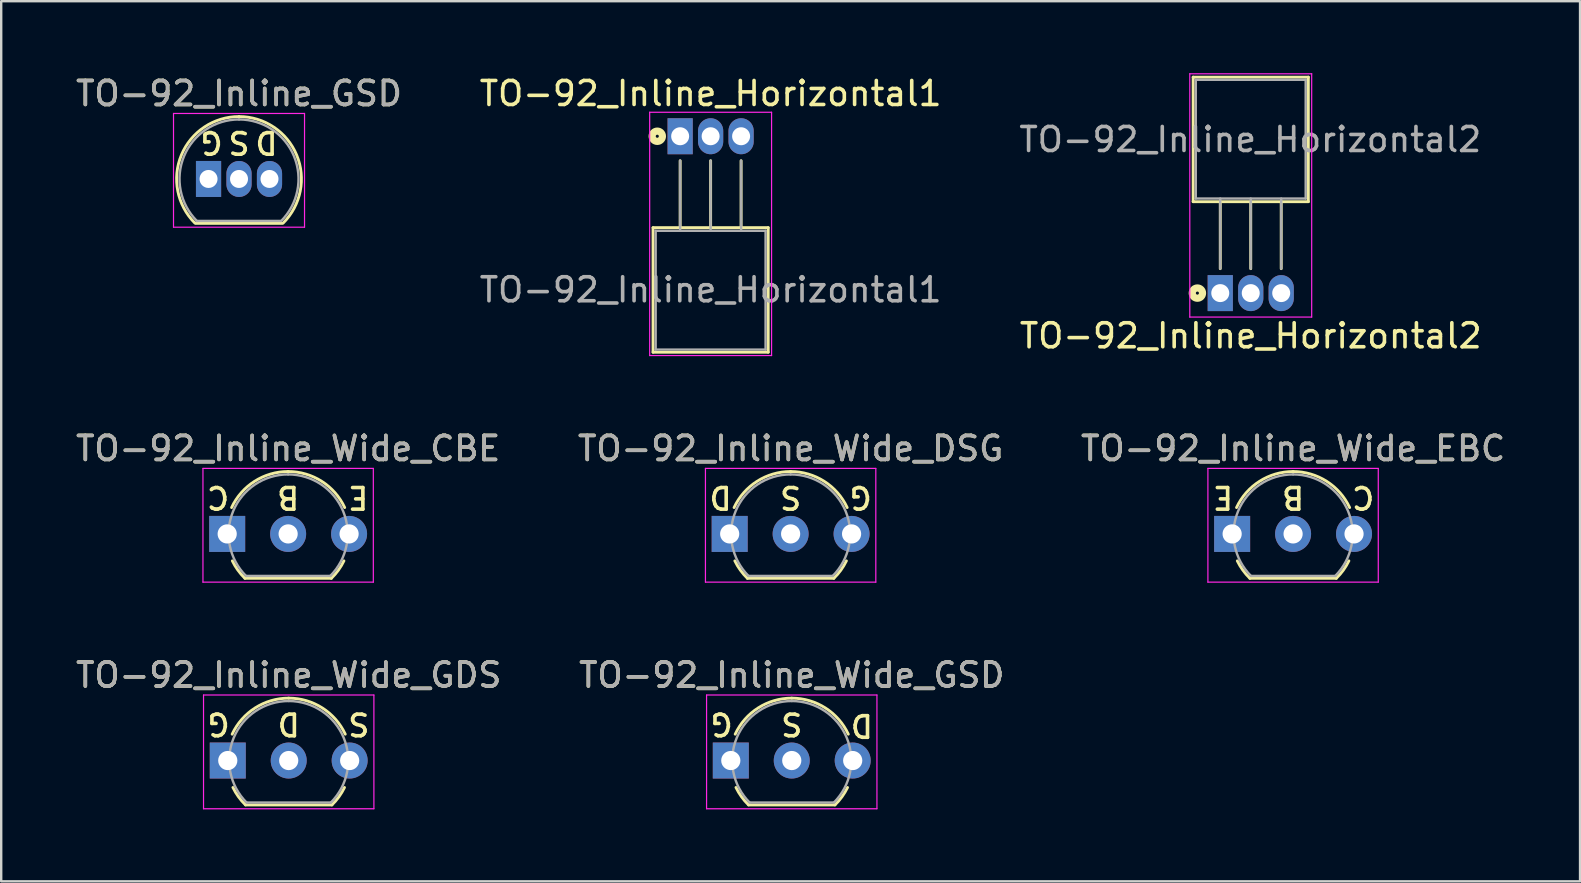
<source format=kicad_pcb>
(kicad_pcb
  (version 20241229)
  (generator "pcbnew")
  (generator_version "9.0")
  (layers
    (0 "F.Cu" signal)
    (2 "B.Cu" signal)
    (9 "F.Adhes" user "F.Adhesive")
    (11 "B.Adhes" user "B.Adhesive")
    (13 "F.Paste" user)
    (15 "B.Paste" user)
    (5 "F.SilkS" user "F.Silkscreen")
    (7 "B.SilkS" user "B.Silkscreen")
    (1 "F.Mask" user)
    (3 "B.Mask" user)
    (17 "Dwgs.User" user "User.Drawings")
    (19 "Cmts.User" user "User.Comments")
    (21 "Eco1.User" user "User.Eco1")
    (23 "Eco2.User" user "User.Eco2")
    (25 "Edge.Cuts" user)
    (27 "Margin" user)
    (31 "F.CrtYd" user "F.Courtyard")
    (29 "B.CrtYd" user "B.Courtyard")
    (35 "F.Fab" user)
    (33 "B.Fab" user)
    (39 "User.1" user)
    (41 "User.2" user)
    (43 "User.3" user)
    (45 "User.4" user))
  (footprint "TO-92_Inline_Wide_EBC"
    (layer "F.Cu")
    (at 48.299 19.201)
    (property "Reference" "TO-92_Inline_Wide_EBC" (at 2.54 -3.56 0) (layer "F.SilkS") (effects (font (size 1 1) (thickness 0.15))))
    (fp_line (start 0.74 1.85) (end 4.34 1.85) (stroke (width 0.12) (type solid)) (layer "F.SilkS"))
    (fp_arc (start 0.1836 -1.098807) (mid 1.143021 -2.192817) (end 2.54 -2.6) (stroke (width 0.12) (type solid)) (layer "F.SilkS"))
    (fp_arc (start 0.74 1.85) (mid 0.446097 1.509328) (end 0.215816 1.122795) (stroke (width 0.12) (type solid)) (layer "F.SilkS"))
    (fp_arc (start 2.54 -2.6) (mid 3.936979 -2.192818) (end 4.8964 -1.098807) (stroke (width 0.12) (type solid)) (layer "F.SilkS"))
    (fp_arc (start 4.864184 1.122795) (mid 4.633903 1.509328) (end 4.34 1.85) (stroke (width 0.12) (type solid)) (layer "F.SilkS"))
    (fp_line (start -1.01 -2.73) (end -1.01 2.01) (stroke (width 0.05) (type solid)) (layer "F.CrtYd"))
    (fp_line (start -1.01 -2.73) (end 6.09 -2.73) (stroke (width 0.05) (type solid)) (layer "F.CrtYd"))
    (fp_line (start 6.09 2.01) (end -1.01 2.01) (stroke (width 0.05) (type solid)) (layer "F.CrtYd"))
    (fp_line (start 6.09 2.01) (end 6.09 -2.73) (stroke (width 0.05) (type solid)) (layer "F.CrtYd"))
    (fp_line (start 0.8 1.75) (end 4.3 1.75) (stroke (width 0.1) (type solid)) (layer "F.Fab"))
    (fp_arc (start 0.786375 1.753625) (mid 0.248779 -0.949055) (end 2.54 -2.48) (stroke (width 0.1) (type solid)) (layer "F.Fab"))
    (fp_arc (start 2.54 -2.48) (mid 4.831221 -0.949055) (end 4.293625 1.753625) (stroke (width 0.1) (type solid)) (layer "F.Fab"))
    (fp_text user "E" (at -0.381 -1.524 180) (unlocked yes) (layer "F.SilkS") (effects (font (size 0.9 0.9) (thickness 0.15))))
    (fp_text user "B" (at 2.54 -1.524 180) (unlocked yes) (layer "F.SilkS") (effects (font (size 0.9 0.9) (thickness 0.15))))
    (fp_text user "C" (at 5.461 -1.524 180) (unlocked yes) (layer "F.SilkS") (effects (font (size 0.9 0.9) (thickness 0.15))))
    (fp_text user "${REFERENCE}" (at 2.54 -3.56 0) (layer "F.Fab") (effects (font (size 1 1) (thickness 0.15))))
    (pad "1" thru_hole rect (at 0 0 90) (size 1.5 1.5) (drill 0.8) (layers "*.Cu" "*.Mask"))
    (pad "2" thru_hole circle (at 2.54 0 90) (size 1.5 1.5) (drill 0.8) (layers "*.Cu" "*.Mask"))
    (pad "3" thru_hole circle (at 5.08 0 90) (size 1.5 1.5) (drill 0.8) (layers "*.Cu" "*.Mask")))
  (footprint "TO-92_Inline_Wide_DSG"
    (layer "F.Cu")
    (at 27.359 19.201)
    (property "Reference" "TO-92_Inline_Wide_DSG" (at 2.54 -3.56 0) (layer "F.SilkS") (effects (font (size 1 1) (thickness 0.15))))
    (fp_line (start 0.74 1.85) (end 4.34 1.85) (stroke (width 0.12) (type solid)) (layer "F.SilkS"))
    (fp_arc (start 0.1836 -1.098807) (mid 1.143021 -2.192817) (end 2.54 -2.6) (stroke (width 0.12) (type solid)) (layer "F.SilkS"))
    (fp_arc (start 0.74 1.85) (mid 0.446097 1.509328) (end 0.215816 1.122795) (stroke (width 0.12) (type solid)) (layer "F.SilkS"))
    (fp_arc (start 2.54 -2.6) (mid 3.936979 -2.192818) (end 4.8964 -1.098807) (stroke (width 0.12) (type solid)) (layer "F.SilkS"))
    (fp_arc (start 4.864184 1.122795) (mid 4.633903 1.509328) (end 4.34 1.85) (stroke (width 0.12) (type solid)) (layer "F.SilkS"))
    (fp_line (start -1.01 -2.73) (end -1.01 2.01) (stroke (width 0.05) (type solid)) (layer "F.CrtYd"))
    (fp_line (start -1.01 -2.73) (end 6.09 -2.73) (stroke (width 0.05) (type solid)) (layer "F.CrtYd"))
    (fp_line (start 6.09 2.01) (end -1.01 2.01) (stroke (width 0.05) (type solid)) (layer "F.CrtYd"))
    (fp_line (start 6.09 2.01) (end 6.09 -2.73) (stroke (width 0.05) (type solid)) (layer "F.CrtYd"))
    (fp_line (start 0.8 1.75) (end 4.3 1.75) (stroke (width 0.1) (type solid)) (layer "F.Fab"))
    (fp_arc (start 0.786375 1.753625) (mid 0.248779 -0.949055) (end 2.54 -2.48) (stroke (width 0.1) (type solid)) (layer "F.Fab"))
    (fp_arc (start 2.54 -2.48) (mid 4.831221 -0.949055) (end 4.293625 1.753625) (stroke (width 0.1) (type solid)) (layer "F.Fab"))
    (fp_text user "S" (at 2.54 -1.524 180) (unlocked yes) (layer "F.SilkS") (effects (font (size 0.9 0.9) (thickness 0.15))))
    (fp_text user "D" (at -0.381 -1.524 180) (unlocked yes) (layer "F.SilkS") (effects (font (size 0.9 0.9) (thickness 0.15))))
    (fp_text user "G" (at 5.461 -1.524 180) (unlocked yes) (layer "F.SilkS") (effects (font (size 0.9 0.9) (thickness 0.15))))
    (fp_text user "${REFERENCE}" (at 2.54 -3.56 0) (layer "F.Fab") (effects (font (size 1 1) (thickness 0.15))))
    (pad "1" thru_hole rect (at 0 0 90) (size 1.5 1.5) (drill 0.8) (layers "*.Cu" "*.Mask"))
    (pad "2" thru_hole circle (at 2.54 0 90) (size 1.5 1.5) (drill 0.8) (layers "*.Cu" "*.Mask"))
    (pad "3" thru_hole circle (at 5.08 0 90) (size 1.5 1.5) (drill 0.8) (layers "*.Cu" "*.Mask")))
  (footprint "TO-92_Inline_GSD"
    (layer "F.Cu")
    (at 5.641 4.408)
    (property "Reference" "TO-92_Inline_GSD" (at 1.27 -3.56 0) (layer "F.SilkS") (effects (font (size 1 1) (thickness 0.15))))
    (fp_line (start -0.53 1.85) (end 3.07 1.85) (stroke (width 0.12) (type solid)) (layer "F.SilkS"))
    (fp_arc (start -0.568478 1.838478) (mid -1.132087 -0.994977) (end 1.27 -2.6) (stroke (width 0.12) (type solid)) (layer "F.SilkS"))
    (fp_arc (start 1.27 -2.6) (mid 3.672087 -0.994977) (end 3.108478 1.838478) (stroke (width 0.12) (type solid)) (layer "F.SilkS"))
    (fp_line (start -1.46 -2.73) (end -1.46 2.01) (stroke (width 0.05) (type solid)) (layer "F.CrtYd"))
    (fp_line (start -1.46 -2.73) (end 4 -2.73) (stroke (width 0.05) (type solid)) (layer "F.CrtYd"))
    (fp_line (start 4 2.01) (end -1.46 2.01) (stroke (width 0.05) (type solid)) (layer "F.CrtYd"))
    (fp_line (start 4 2.01) (end 4 -2.73) (stroke (width 0.05) (type solid)) (layer "F.CrtYd"))
    (fp_line (start -0.5 1.75) (end 3 1.75) (stroke (width 0.1) (type solid)) (layer "F.Fab"))
    (fp_arc (start -0.483625 1.753625) (mid -1.021221 -0.949055) (end 1.27 -2.48) (stroke (width 0.1) (type solid)) (layer "F.Fab"))
    (fp_arc (start 1.27 -2.48) (mid 3.561221 -0.949055) (end 3.023625 1.753625) (stroke (width 0.1) (type solid)) (layer "F.Fab"))
    (fp_text user "S" (at 1.27 -1.524 180) (unlocked yes) (layer "F.SilkS") (effects (font (size 0.9 0.9) (thickness 0.15))))
    (fp_text user "D" (at 2.413 -1.524 180) (unlocked yes) (layer "F.SilkS") (effects (font (size 0.9 0.9) (thickness 0.15))))
    (fp_text user "G" (at 0.127 -1.524 180) (unlocked yes) (layer "F.SilkS") (effects (font (size 0.9 0.9) (thickness 0.15))))
    (fp_text user "${REFERENCE}" (at 1.27 -3.56 0) (layer "F.Fab") (effects (font (size 1 1) (thickness 0.15))))
    (pad "1" thru_hole rect (at 0 0) (size 1.05 1.5) (drill 0.75) (layers "*.Cu" "*.Mask"))
    (pad "2" thru_hole oval (at 1.27 0) (size 1.05 1.5) (drill 0.75) (layers "*.Cu" "*.Mask"))
    (pad "3" thru_hole oval (at 2.54 0) (size 1.05 1.5) (drill 0.75) (layers "*.Cu" "*.Mask")))
  (footprint "TO-92_Inline_Wide_CBE"
    (layer "F.Cu")
    (at 6.418 19.201)
    (property "Reference" "TO-92_Inline_Wide_CBE" (at 2.54 -3.56 0) (layer "F.SilkS") (effects (font (size 1 1) (thickness 0.15))))
    (fp_line (start 0.74 1.85) (end 4.34 1.85) (stroke (width 0.12) (type solid)) (layer "F.SilkS"))
    (fp_arc (start 0.1836 -1.098807) (mid 1.143021 -2.192817) (end 2.54 -2.6) (stroke (width 0.12) (type solid)) (layer "F.SilkS"))
    (fp_arc (start 0.74 1.85) (mid 0.446097 1.509328) (end 0.215816 1.122795) (stroke (width 0.12) (type solid)) (layer "F.SilkS"))
    (fp_arc (start 2.54 -2.6) (mid 3.936979 -2.192818) (end 4.8964 -1.098807) (stroke (width 0.12) (type solid)) (layer "F.SilkS"))
    (fp_arc (start 4.864184 1.122795) (mid 4.633903 1.509328) (end 4.34 1.85) (stroke (width 0.12) (type solid)) (layer "F.SilkS"))
    (fp_line (start -1.01 -2.73) (end -1.01 2.01) (stroke (width 0.05) (type solid)) (layer "F.CrtYd"))
    (fp_line (start -1.01 -2.73) (end 6.09 -2.73) (stroke (width 0.05) (type solid)) (layer "F.CrtYd"))
    (fp_line (start 6.09 2.01) (end -1.01 2.01) (stroke (width 0.05) (type solid)) (layer "F.CrtYd"))
    (fp_line (start 6.09 2.01) (end 6.09 -2.73) (stroke (width 0.05) (type solid)) (layer "F.CrtYd"))
    (fp_line (start 0.8 1.75) (end 4.3 1.75) (stroke (width 0.1) (type solid)) (layer "F.Fab"))
    (fp_arc (start 0.786375 1.753625) (mid 0.248779 -0.949055) (end 2.54 -2.48) (stroke (width 0.1) (type solid)) (layer "F.Fab"))
    (fp_arc (start 2.54 -2.48) (mid 4.831221 -0.949055) (end 4.293625 1.753625) (stroke (width 0.1) (type solid)) (layer "F.Fab"))
    (fp_text user "B" (at 2.54 -1.524 180) (unlocked yes) (layer "F.SilkS") (effects (font (size 0.9 0.9) (thickness 0.15))))
    (fp_text user "C" (at -0.381 -1.524 180) (unlocked yes) (layer "F.SilkS") (effects (font (size 0.9 0.9) (thickness 0.15))))
    (fp_text user "E" (at 5.461 -1.524 180) (unlocked yes) (layer "F.SilkS") (effects (font (size 0.9 0.9) (thickness 0.15))))
    (fp_text user "${REFERENCE}" (at 2.54 -3.56 0) (layer "F.Fab") (effects (font (size 1 1) (thickness 0.15))))
    (pad "1" thru_hole rect (at 0 0 90) (size 1.5 1.5) (drill 0.8) (layers "*.Cu" "*.Mask"))
    (pad "2" thru_hole circle (at 2.54 0 90) (size 1.5 1.5) (drill 0.8) (layers "*.Cu" "*.Mask"))
    (pad "3" thru_hole circle (at 5.08 0 90) (size 1.5 1.5) (drill 0.8) (layers "*.Cu" "*.Mask")))
  (footprint "TO-92_Inline_Horizontal2"
    (layer "F.Cu")
    (at 47.804 9.165)
    (property "Reference" "TO-92_Inline_Horizontal2" (at 1.27 1.78 0) (layer "F.SilkS") (effects (font (size 1 1) (thickness 0.15))))
    (attr through_hole)
    (fp_line (start -1.13 -9) (end -1.13 -3.81) (stroke (width 0.12) (type solid)) (layer "F.SilkS"))
    (fp_line (start -1.13 -3.81) (end 3.67 -3.81) (stroke (width 0.12) (type solid)) (layer "F.SilkS"))
    (fp_line (start 0 -1.02) (end 0 -3.81) (stroke (width 0.12) (type solid)) (layer "F.SilkS"))
    (fp_line (start 1.27 -1.02) (end 1.27 -3.81) (stroke (width 0.12) (type solid)) (layer "F.SilkS"))
    (fp_line (start 2.54 -1.02) (end 2.54 -3.81) (stroke (width 0.12) (type solid)) (layer "F.SilkS"))
    (fp_line (start 3.67 -9) (end -1.13 -9) (stroke (width 0.12) (type solid)) (layer "F.SilkS"))
    (fp_line (start 3.67 -3.81) (end 3.67 -9) (stroke (width 0.12) (type solid)) (layer "F.SilkS"))
    (fp_circle (center -0.953 0) (end -0.889 0) (stroke (width 0.3) (type solid)) (fill no) (layer "F.SilkS"))
    (fp_line (start -1.27 -9.14) (end -1.27 1) (stroke (width 0.05) (type solid)) (layer "F.CrtYd"))
    (fp_line (start -1.27 -9.14) (end 3.81 -9.14) (stroke (width 0.05) (type solid)) (layer "F.CrtYd"))
    (fp_line (start 3.81 1) (end -1.27 1) (stroke (width 0.05) (type solid)) (layer "F.CrtYd"))
    (fp_line (start 3.81 1) (end 3.81 -9.14) (stroke (width 0.05) (type solid)) (layer "F.CrtYd"))
    (fp_line (start -1.02 -8.89) (end -1.02 -3.94) (stroke (width 0.1) (type solid)) (layer "F.Fab"))
    (fp_line (start -1.02 -3.94) (end 3.56 -3.94) (stroke (width 0.1) (type solid)) (layer "F.Fab"))
    (fp_line (start 0 -3.94) (end 0 -1.02) (stroke (width 0.1) (type solid)) (layer "F.Fab"))
    (fp_line (start 1.27 -3.94) (end 1.27 -1.02) (stroke (width 0.1) (type solid)) (layer "F.Fab"))
    (fp_line (start 2.54 -3.94) (end 2.54 -1.02) (stroke (width 0.1) (type solid)) (layer "F.Fab"))
    (fp_line (start 3.56 -8.89) (end -1.02 -8.89) (stroke (width 0.1) (type solid)) (layer "F.Fab"))
    (fp_line (start 3.56 -3.94) (end 3.56 -8.89) (stroke (width 0.1) (type solid)) (layer "F.Fab"))
    (fp_text user "${REFERENCE}" (at 1.25 -6.4 0) (layer "F.Fab") (effects (font (size 1 1) (thickness 0.15))))
    (pad "1" thru_hole rect (at 0 0) (size 1.05 1.5) (drill 0.75) (layers "*.Cu" "*.Mask"))
    (pad "2" thru_hole oval (at 1.27 0) (size 1.05 1.5) (drill 0.75) (layers "*.Cu" "*.Mask"))
    (pad "3" thru_hole oval (at 2.54 0) (size 1.05 1.5) (drill 0.75) (layers "*.Cu" "*.Mask")))
  (footprint "TO-92_Inline_Horizontal1"
    (layer "F.Cu")
    (at 25.295 2.628)
    (property "Reference" "TO-92_Inline_Horizontal1" (at 1.27 -1.78 0) (layer "F.SilkS") (effects (font (size 1 1) (thickness 0.15))))
    (attr through_hole)
    (fp_line (start -1.13 3.81) (end 3.67 3.81) (stroke (width 0.12) (type solid)) (layer "F.SilkS"))
    (fp_line (start -1.13 9) (end -1.13 3.81) (stroke (width 0.12) (type solid)) (layer "F.SilkS"))
    (fp_line (start 0 1.02) (end 0 3.81) (stroke (width 0.12) (type solid)) (layer "F.SilkS"))
    (fp_line (start 1.27 1.02) (end 1.27 3.81) (stroke (width 0.12) (type solid)) (layer "F.SilkS"))
    (fp_line (start 2.54 1.02) (end 2.54 3.81) (stroke (width 0.12) (type solid)) (layer "F.SilkS"))
    (fp_line (start 3.67 3.81) (end 3.67 9) (stroke (width 0.12) (type solid)) (layer "F.SilkS"))
    (fp_line (start 3.67 9) (end -1.13 9) (stroke (width 0.12) (type solid)) (layer "F.SilkS"))
    (fp_circle (center -0.953 0) (end -0.889 0) (stroke (width 0.3) (type solid)) (fill no) (layer "F.SilkS"))
    (fp_line (start -1.27 -1) (end -1.27 9.14) (stroke (width 0.05) (type solid)) (layer "F.CrtYd"))
    (fp_line (start -1.27 -1) (end 3.81 -1) (stroke (width 0.05) (type solid)) (layer "F.CrtYd"))
    (fp_line (start 3.81 9.14) (end -1.27 9.14) (stroke (width 0.05) (type solid)) (layer "F.CrtYd"))
    (fp_line (start 3.81 9.14) (end 3.81 -1) (stroke (width 0.05) (type solid)) (layer "F.CrtYd"))
    (fp_line (start -1.02 3.94) (end 3.56 3.94) (stroke (width 0.1) (type solid)) (layer "F.Fab"))
    (fp_line (start -1.02 8.89) (end -1.02 3.94) (stroke (width 0.1) (type solid)) (layer "F.Fab"))
    (fp_line (start 0 3.94) (end 0 1.02) (stroke (width 0.1) (type solid)) (layer "F.Fab"))
    (fp_line (start 1.27 3.94) (end 1.27 1.02) (stroke (width 0.1) (type solid)) (layer "F.Fab"))
    (fp_line (start 2.54 3.94) (end 2.54 1.02) (stroke (width 0.1) (type solid)) (layer "F.Fab"))
    (fp_line (start 3.56 3.94) (end 3.56 8.89) (stroke (width 0.1) (type solid)) (layer "F.Fab"))
    (fp_line (start 3.56 8.89) (end -1.02 8.89) (stroke (width 0.1) (type solid)) (layer "F.Fab"))
    (fp_text user "${REFERENCE}" (at 1.27 6.4 0) (layer "F.Fab") (effects (font (size 1 1) (thickness 0.15))))
    (pad "1" thru_hole rect (at 0 0) (size 1.05 1.5) (drill 0.75) (layers "*.Cu" "*.Mask"))
    (pad "2" thru_hole oval (at 1.27 0) (size 1.05 1.5) (drill 0.75) (layers "*.Cu" "*.Mask"))
    (pad "3" thru_hole oval (at 2.54 0) (size 1.05 1.5) (drill 0.75) (layers "*.Cu" "*.Mask")))
  (footprint "TO-92_Inline_Wide_GSD"
    (layer "F.Cu")
    (at 27.406 28.645)
    (property "Reference" "TO-92_Inline_Wide_GSD" (at 2.54 -3.56 0) (layer "F.SilkS") (effects (font (size 1 1) (thickness 0.15))))
    (fp_line (start 0.74 1.85) (end 4.34 1.85) (stroke (width 0.12) (type solid)) (layer "F.SilkS"))
    (fp_arc (start 0.1836 -1.098807) (mid 1.143021 -2.192817) (end 2.54 -2.6) (stroke (width 0.12) (type solid)) (layer "F.SilkS"))
    (fp_arc (start 0.74 1.85) (mid 0.446097 1.509328) (end 0.215816 1.122795) (stroke (width 0.12) (type solid)) (layer "F.SilkS"))
    (fp_arc (start 2.54 -2.6) (mid 3.936979 -2.192818) (end 4.8964 -1.098807) (stroke (width 0.12) (type solid)) (layer "F.SilkS"))
    (fp_arc (start 4.864184 1.122795) (mid 4.633903 1.509328) (end 4.34 1.85) (stroke (width 0.12) (type solid)) (layer "F.SilkS"))
    (fp_line (start -1.01 -2.73) (end -1.01 2.01) (stroke (width 0.05) (type solid)) (layer "F.CrtYd"))
    (fp_line (start -1.01 -2.73) (end 6.09 -2.73) (stroke (width 0.05) (type solid)) (layer "F.CrtYd"))
    (fp_line (start 6.09 2.01) (end -1.01 2.01) (stroke (width 0.05) (type solid)) (layer "F.CrtYd"))
    (fp_line (start 6.09 2.01) (end 6.09 -2.73) (stroke (width 0.05) (type solid)) (layer "F.CrtYd"))
    (fp_line (start 0.8 1.75) (end 4.3 1.75) (stroke (width 0.1) (type solid)) (layer "F.Fab"))
    (fp_arc (start 0.786375 1.753625) (mid 0.248779 -0.949055) (end 2.54 -2.48) (stroke (width 0.1) (type solid)) (layer "F.Fab"))
    (fp_arc (start 2.54 -2.48) (mid 4.831221 -0.949055) (end 4.293625 1.753625) (stroke (width 0.1) (type solid)) (layer "F.Fab"))
    (fp_text user "G" (at -0.381 -1.524 180) (unlocked yes) (layer "F.SilkS") (effects (font (size 0.9 0.9) (thickness 0.15))))
    (fp_text user "S" (at 2.54 -1.524 180) (unlocked yes) (layer "F.SilkS") (effects (font (size 0.9 0.9) (thickness 0.15))))
    (fp_text user "D" (at 5.461 -1.46 180) (unlocked yes) (layer "F.SilkS") (effects (font (size 0.9 0.9) (thickness 0.15))))
    (fp_text user "${REFERENCE}" (at 2.54 -3.56 0) (layer "F.Fab") (effects (font (size 1 1) (thickness 0.15))))
    (pad "1" thru_hole rect (at 0 0 90) (size 1.5 1.5) (drill 0.8) (layers "*.Cu" "*.Mask"))
    (pad "2" thru_hole circle (at 2.54 0 90) (size 1.5 1.5) (drill 0.8) (layers "*.Cu" "*.Mask"))
    (pad "3" thru_hole circle (at 5.08 0 90) (size 1.5 1.5) (drill 0.8) (layers "*.Cu" "*.Mask")))
  (footprint "TO-92_Inline_Wide_GDS"
    (layer "F.Cu")
    (at 6.442 28.645)
    (property "Reference" "TO-92_Inline_Wide_GDS" (at 2.54 -3.56 0) (layer "F.SilkS") (effects (font (size 1 1) (thickness 0.15))))
    (fp_line (start 0.74 1.85) (end 4.34 1.85) (stroke (width 0.12) (type solid)) (layer "F.SilkS"))
    (fp_arc (start 0.1836 -1.098807) (mid 1.143021 -2.192817) (end 2.54 -2.6) (stroke (width 0.12) (type solid)) (layer "F.SilkS"))
    (fp_arc (start 0.74 1.85) (mid 0.446097 1.509328) (end 0.215816 1.122795) (stroke (width 0.12) (type solid)) (layer "F.SilkS"))
    (fp_arc (start 2.54 -2.6) (mid 3.936979 -2.192818) (end 4.8964 -1.098807) (stroke (width 0.12) (type solid)) (layer "F.SilkS"))
    (fp_arc (start 4.864184 1.122795) (mid 4.633903 1.509328) (end 4.34 1.85) (stroke (width 0.12) (type solid)) (layer "F.SilkS"))
    (fp_line (start -1.01 -2.73) (end -1.01 2.01) (stroke (width 0.05) (type solid)) (layer "F.CrtYd"))
    (fp_line (start -1.01 -2.73) (end 6.09 -2.73) (stroke (width 0.05) (type solid)) (layer "F.CrtYd"))
    (fp_line (start 6.09 2.01) (end -1.01 2.01) (stroke (width 0.05) (type solid)) (layer "F.CrtYd"))
    (fp_line (start 6.09 2.01) (end 6.09 -2.73) (stroke (width 0.05) (type solid)) (layer "F.CrtYd"))
    (fp_line (start 0.8 1.75) (end 4.3 1.75) (stroke (width 0.1) (type solid)) (layer "F.Fab"))
    (fp_arc (start 0.786375 1.753625) (mid 0.248779 -0.949055) (end 2.54 -2.48) (stroke (width 0.1) (type solid)) (layer "F.Fab"))
    (fp_arc (start 2.54 -2.48) (mid 4.831221 -0.949055) (end 4.293625 1.753625) (stroke (width 0.1) (type solid)) (layer "F.Fab"))
    (fp_text user "G" (at -0.381 -1.524 180) (unlocked yes) (layer "F.SilkS") (effects (font (size 0.9 0.9) (thickness 0.15))))
    (fp_text user "D" (at 2.54 -1.524 180) (unlocked yes) (layer "F.SilkS") (effects (font (size 0.9 0.9) (thickness 0.15))))
    (fp_text user "S" (at 5.461 -1.524 180) (unlocked yes) (layer "F.SilkS") (effects (font (size 0.9 0.9) (thickness 0.15))))
    (fp_text user "${REFERENCE}" (at 2.54 -3.56 0) (layer "F.Fab") (effects (font (size 1 1) (thickness 0.15))))
    (pad "1" thru_hole rect (at 0 0 90) (size 1.5 1.5) (drill 0.8) (layers "*.Cu" "*.Mask"))
    (pad "2" thru_hole circle (at 2.54 0 90) (size 1.5 1.5) (drill 0.8) (layers "*.Cu" "*.Mask"))
    (pad "3" thru_hole circle (at 5.08 0 90) (size 1.5 1.5) (drill 0.8) (layers "*.Cu" "*.Mask")))
  (gr_rect
    (start -3 -3)
    (end 62.798 33.68)
    (stroke (width 0.1) (type default))
    (fill no)
    (layer "Edge.Cuts")))
</source>
